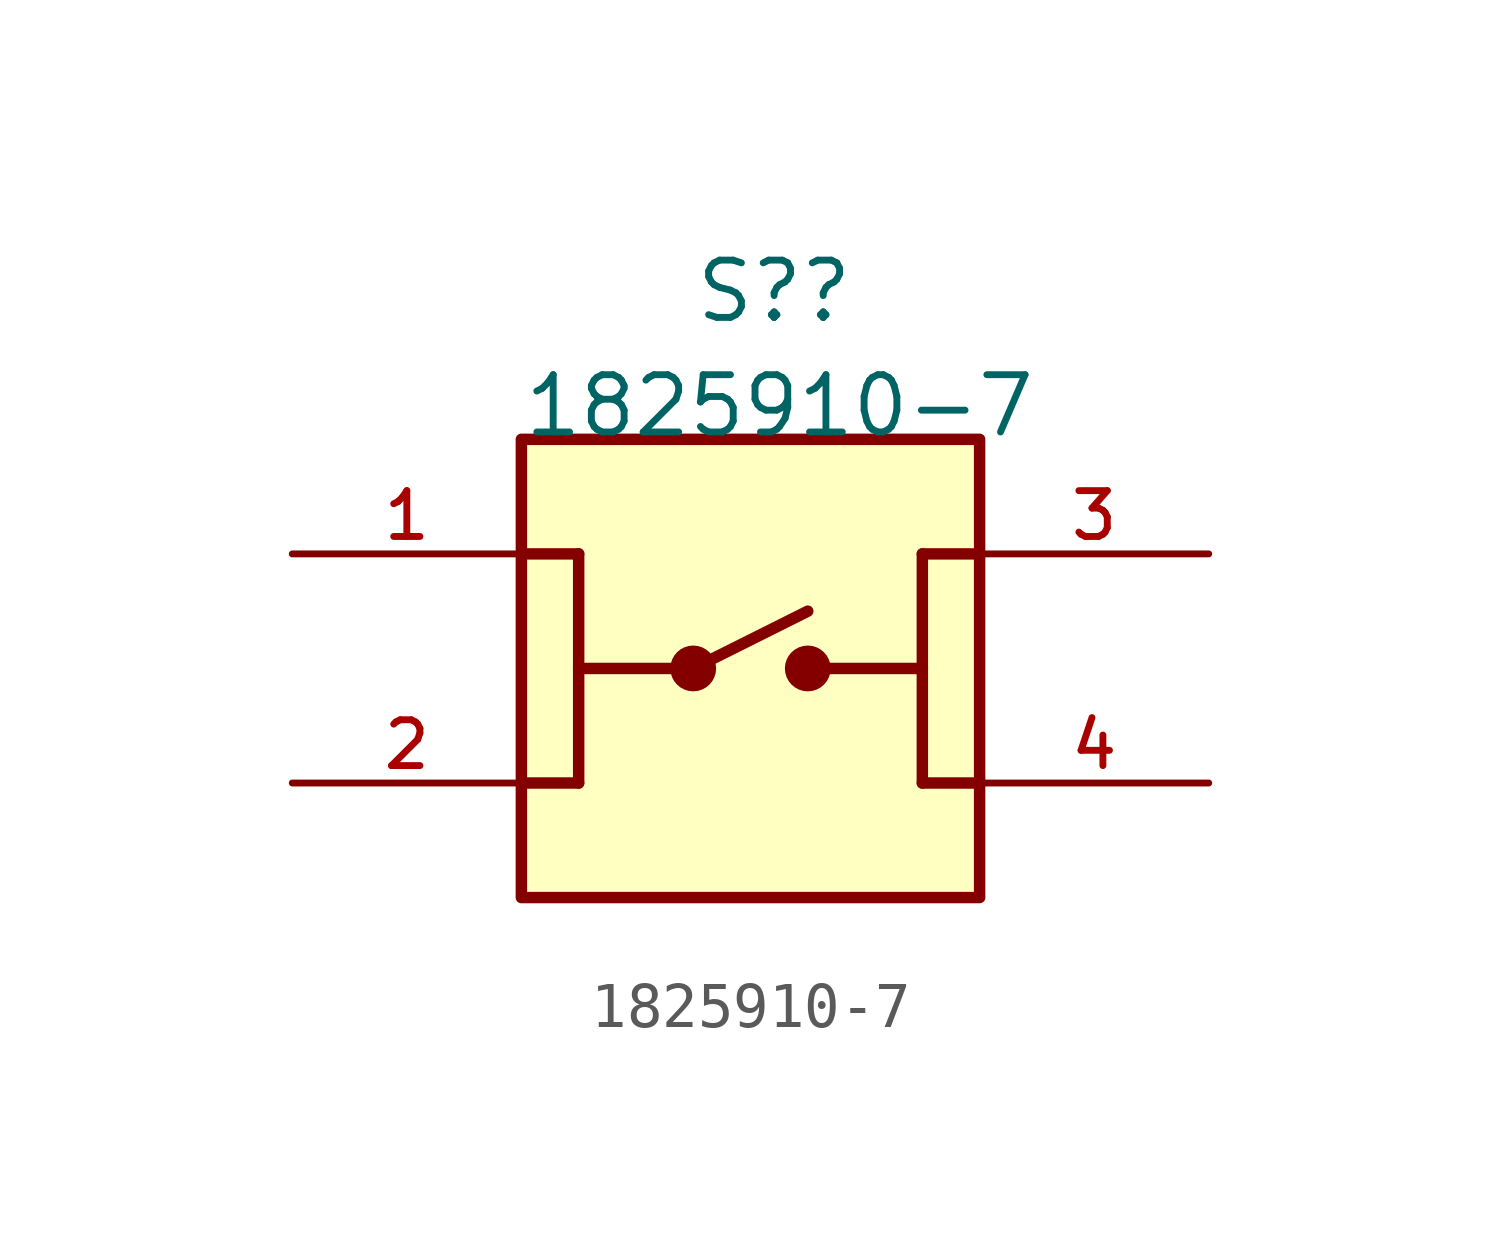
<source format=kicad_sym>
(kicad_symbol_lib
  (version 20211014)
  (generator kicad_symbol_editor)
  (symbol "1825910-7"
    (pin_names
      (offset 1.016) hide)
    (property "Reference" "S?"
      (at -1.27 7.62 0)
      (effects (font (size 1.27 1.27)) (justify left bottom)))
    (property "Value" "1825910-7"
      (at -5.08 5.08 0)
      (effects (font (size 1.27 1.27)) (justify left bottom)))
    (symbol "1825910-7_0_0"
      (rectangle (start -5.08 -5.08) (end 5.08 5.08) (stroke (width 0.254) (type default) (color 0 0 0 0)) (fill (type background)))
      (circle (center -1.27 0) (radius 0.254) (stroke (width 0.508) (type default) (color 0 0 0 0)) (fill (type none)))
      (polyline (pts (xy -5.08 2.54) (xy -3.81 2.54)) (stroke (width 0.254) (type default) (color 0 0 0 0)) (fill (type none)))
      (polyline (pts (xy -3.81 -2.54) (xy -5.08 -2.54)) (stroke (width 0.254) (type default) (color 0 0 0 0)) (fill (type none)))
      (polyline (pts (xy -3.81 0) (xy -3.81 -2.54)) (stroke (width 0.254) (type default) (color 0 0 0 0)) (fill (type none)))
      (polyline (pts (xy -3.81 0) (xy -1.27 0)) (stroke (width 0.254) (type default) (color 0 0 0 0)) (fill (type none)))
      (polyline (pts (xy -3.81 2.54) (xy -3.81 0)) (stroke (width 0.254) (type default) (color 0 0 0 0)) (fill (type none)))
      (polyline (pts (xy -1.27 0) (xy 1.27 1.27)) (stroke (width 0.254) (type default) (color 0 0 0 0)) (fill (type none)))
      (polyline (pts (xy 1.27 0) (xy 3.81 0)) (stroke (width 0.254) (type default) (color 0 0 0 0)) (fill (type none)))
      (polyline (pts (xy 3.81 -2.54) (xy 5.08 -2.54)) (stroke (width 0.254) (type default) (color 0 0 0 0)) (fill (type none)))
      (polyline (pts (xy 3.81 0) (xy 3.81 -2.54)) (stroke (width 0.254) (type default) (color 0 0 0 0)) (fill (type none)))
      (polyline (pts (xy 3.81 2.54) (xy 3.81 0)) (stroke (width 0.254) (type default) (color 0 0 0 0)) (fill (type none)))
      (polyline (pts (xy 5.08 2.54) (xy 3.81 2.54)) (stroke (width 0.254) (type default) (color 0 0 0 0)) (fill (type none)))
      (circle (center 1.27 0) (radius 0.254) (stroke (width 0.508) (type default) (color 0 0 0 0)) (fill (type none)))
      (pin passive line (at -10.16 2.54 0) (length 5.08) (name "~" (effects (font (size 1.016 1.016)))) (number "1" (effects (font (size 1.016 1.016)))))
      (pin passive line (at -10.16 -2.54 0) (length 5.08) (name "~" (effects (font (size 1.016 1.016)))) (number "2" (effects (font (size 1.016 1.016)))))
      (pin passive line (at 10.16 2.54 180) (length 5.08) (name "~" (effects (font (size 1.016 1.016)))) (number "3" (effects (font (size 1.016 1.016)))))
      (pin passive line (at 10.16 -2.54 180) (length 5.08) (name "~" (effects (font (size 1.016 1.016)))) (number "4" (effects (font (size 1.016 1.016))))))))
</source>
